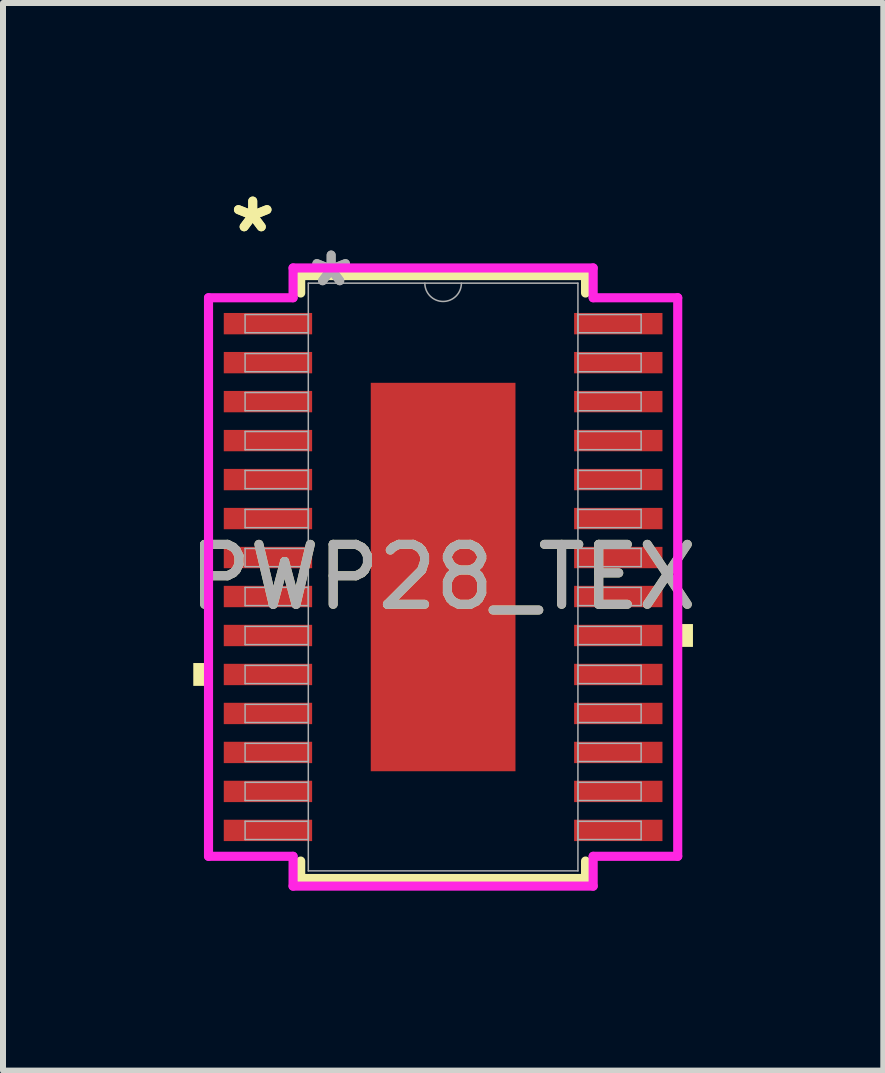
<source format=kicad_pcb>
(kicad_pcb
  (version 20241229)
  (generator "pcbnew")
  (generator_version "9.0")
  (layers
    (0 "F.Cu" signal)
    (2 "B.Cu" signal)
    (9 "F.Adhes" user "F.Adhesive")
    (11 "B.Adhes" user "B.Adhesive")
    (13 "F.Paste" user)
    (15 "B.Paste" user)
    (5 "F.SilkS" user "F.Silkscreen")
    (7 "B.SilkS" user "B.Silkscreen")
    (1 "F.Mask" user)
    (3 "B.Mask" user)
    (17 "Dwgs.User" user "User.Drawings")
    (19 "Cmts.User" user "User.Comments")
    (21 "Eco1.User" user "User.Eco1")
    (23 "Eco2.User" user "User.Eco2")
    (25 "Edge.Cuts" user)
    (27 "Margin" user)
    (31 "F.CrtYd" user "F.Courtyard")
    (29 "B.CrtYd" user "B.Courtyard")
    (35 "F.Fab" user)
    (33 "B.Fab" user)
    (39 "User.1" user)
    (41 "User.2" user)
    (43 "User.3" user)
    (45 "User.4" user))
  (footprint "PWP28_TEX"
    (layer "F.Cu")
    (at 4.339 6.572)
    (property "Reference" "PWP28_TEX" (at 0 0 0) (unlocked yes) (layer "F.SilkS") (effects (font (size 1 1) (thickness 0.15))))
    (attr smd)
    (fp_line (start -2.375 -5.027) (end -2.375 -4.736) (stroke (width 0.152) (type solid)) (layer "F.SilkS"))
    (fp_line (start -2.375 4.736) (end -2.375 5.027) (stroke (width 0.152) (type solid)) (layer "F.SilkS"))
    (fp_line (start -2.375 5.027) (end 2.375 5.027) (stroke (width 0.152) (type solid)) (layer "F.SilkS"))
    (fp_line (start 2.375 -5.027) (end -2.375 -5.027) (stroke (width 0.152) (type solid)) (layer "F.SilkS"))
    (fp_line (start 2.375 -4.736) (end 2.375 -5.027) (stroke (width 0.152) (type solid)) (layer "F.SilkS"))
    (fp_line (start 2.375 5.027) (end 2.375 4.736) (stroke (width 0.152) (type solid)) (layer "F.SilkS"))
    (fp_poly (pts (xy -4.166 1.434) (xy -4.166 1.815) (xy -3.912 1.815) (xy -3.912 1.434)) (stroke (width 0) (type solid)) (fill yes) (layer "F.SilkS"))
    (fp_poly (pts (xy 4.166 0.784) (xy 4.166 1.165) (xy 3.912 1.165) (xy 3.912 0.784)) (stroke (width 0) (type solid)) (fill yes) (layer "F.SilkS"))
    (fp_poly (pts (xy -1.107 -3.139) (xy -1.107 -2.043) (xy 1.107 -2.043) (xy 1.107 -3.139)) (stroke (width 0) (type solid)) (fill yes) (layer "F.Paste"))
    (fp_poly (pts (xy -1.107 -1.843) (xy -1.107 -0.748) (xy 1.107 -0.748) (xy 1.107 -1.843)) (stroke (width 0) (type solid)) (fill yes) (layer "F.Paste"))
    (fp_poly (pts (xy -1.107 -0.548) (xy -1.107 0.548) (xy 1.107 0.548) (xy 1.107 -0.548)) (stroke (width 0) (type solid)) (fill yes) (layer "F.Paste"))
    (fp_poly (pts (xy -1.107 0.748) (xy -1.107 1.843) (xy 1.107 1.843) (xy 1.107 0.748)) (stroke (width 0) (type solid)) (fill yes) (layer "F.Paste"))
    (fp_poly (pts (xy -1.107 2.043) (xy -1.107 3.139) (xy 1.107 3.139) (xy 1.107 2.043)) (stroke (width 0) (type solid)) (fill yes) (layer "F.Paste"))
    (fp_line (start -3.912 -4.657) (end -2.502 -4.657) (stroke (width 0.152) (type solid)) (layer "F.CrtYd"))
    (fp_line (start -3.912 4.657) (end -3.912 -4.657) (stroke (width 0.152) (type solid)) (layer "F.CrtYd"))
    (fp_line (start -3.912 4.657) (end -2.502 4.657) (stroke (width 0.152) (type solid)) (layer "F.CrtYd"))
    (fp_line (start -2.502 -5.154) (end 2.502 -5.154) (stroke (width 0.152) (type solid)) (layer "F.CrtYd"))
    (fp_line (start -2.502 -4.657) (end -2.502 -5.154) (stroke (width 0.152) (type solid)) (layer "F.CrtYd"))
    (fp_line (start -2.502 5.154) (end -2.502 4.657) (stroke (width 0.152) (type solid)) (layer "F.CrtYd"))
    (fp_line (start 2.502 -5.154) (end 2.502 -4.657) (stroke (width 0.152) (type solid)) (layer "F.CrtYd"))
    (fp_line (start 2.502 4.657) (end 2.502 5.154) (stroke (width 0.152) (type solid)) (layer "F.CrtYd"))
    (fp_line (start 2.502 5.154) (end -2.502 5.154) (stroke (width 0.152) (type solid)) (layer "F.CrtYd"))
    (fp_line (start 3.912 -4.657) (end 2.502 -4.657) (stroke (width 0.152) (type solid)) (layer "F.CrtYd"))
    (fp_line (start 3.912 -4.657) (end 3.912 4.657) (stroke (width 0.152) (type solid)) (layer "F.CrtYd"))
    (fp_line (start 3.912 4.657) (end 2.502 4.657) (stroke (width 0.152) (type solid)) (layer "F.CrtYd"))
    (fp_line (start -3.302 -4.377) (end -3.302 -4.073) (stroke (width 0.025) (type solid)) (layer "F.Fab"))
    (fp_line (start -3.302 -4.073) (end -2.248 -4.073) (stroke (width 0.025) (type solid)) (layer "F.Fab"))
    (fp_line (start -3.302 -3.727) (end -3.302 -3.423) (stroke (width 0.025) (type solid)) (layer "F.Fab"))
    (fp_line (start -3.302 -3.423) (end -2.248 -3.423) (stroke (width 0.025) (type solid)) (layer "F.Fab"))
    (fp_line (start -3.302 -3.077) (end -3.302 -2.773) (stroke (width 0.025) (type solid)) (layer "F.Fab"))
    (fp_line (start -3.302 -2.773) (end -2.248 -2.773) (stroke (width 0.025) (type solid)) (layer "F.Fab"))
    (fp_line (start -3.302 -2.427) (end -3.302 -2.123) (stroke (width 0.025) (type solid)) (layer "F.Fab"))
    (fp_line (start -3.302 -2.123) (end -2.248 -2.123) (stroke (width 0.025) (type solid)) (layer "F.Fab"))
    (fp_line (start -3.302 -1.777) (end -3.302 -1.473) (stroke (width 0.025) (type solid)) (layer "F.Fab"))
    (fp_line (start -3.302 -1.473) (end -2.248 -1.473) (stroke (width 0.025) (type solid)) (layer "F.Fab"))
    (fp_line (start -3.302 -1.127) (end -3.302 -0.823) (stroke (width 0.025) (type solid)) (layer "F.Fab"))
    (fp_line (start -3.302 -0.823) (end -2.248 -0.823) (stroke (width 0.025) (type solid)) (layer "F.Fab"))
    (fp_line (start -3.302 -0.477) (end -3.302 -0.173) (stroke (width 0.025) (type solid)) (layer "F.Fab"))
    (fp_line (start -3.302 -0.173) (end -2.248 -0.173) (stroke (width 0.025) (type solid)) (layer "F.Fab"))
    (fp_line (start -3.302 0.173) (end -3.302 0.477) (stroke (width 0.025) (type solid)) (layer "F.Fab"))
    (fp_line (start -3.302 0.477) (end -2.248 0.477) (stroke (width 0.025) (type solid)) (layer "F.Fab"))
    (fp_line (start -3.302 0.823) (end -3.302 1.127) (stroke (width 0.025) (type solid)) (layer "F.Fab"))
    (fp_line (start -3.302 1.127) (end -2.248 1.127) (stroke (width 0.025) (type solid)) (layer "F.Fab"))
    (fp_line (start -3.302 1.473) (end -3.302 1.777) (stroke (width 0.025) (type solid)) (layer "F.Fab"))
    (fp_line (start -3.302 1.777) (end -2.248 1.777) (stroke (width 0.025) (type solid)) (layer "F.Fab"))
    (fp_line (start -3.302 2.123) (end -3.302 2.427) (stroke (width 0.025) (type solid)) (layer "F.Fab"))
    (fp_line (start -3.302 2.427) (end -2.248 2.427) (stroke (width 0.025) (type solid)) (layer "F.Fab"))
    (fp_line (start -3.302 2.773) (end -3.302 3.077) (stroke (width 0.025) (type solid)) (layer "F.Fab"))
    (fp_line (start -3.302 3.077) (end -2.248 3.077) (stroke (width 0.025) (type solid)) (layer "F.Fab"))
    (fp_line (start -3.302 3.423) (end -3.302 3.727) (stroke (width 0.025) (type solid)) (layer "F.Fab"))
    (fp_line (start -3.302 3.727) (end -2.248 3.727) (stroke (width 0.025) (type solid)) (layer "F.Fab"))
    (fp_line (start -3.302 4.073) (end -3.302 4.377) (stroke (width 0.025) (type solid)) (layer "F.Fab"))
    (fp_line (start -3.302 4.377) (end -2.248 4.377) (stroke (width 0.025) (type solid)) (layer "F.Fab"))
    (fp_line (start -2.248 -4.9) (end -2.248 4.9) (stroke (width 0.025) (type solid)) (layer "F.Fab"))
    (fp_line (start -2.248 -4.377) (end -3.302 -4.377) (stroke (width 0.025) (type solid)) (layer "F.Fab"))
    (fp_line (start -2.248 -4.073) (end -2.248 -4.377) (stroke (width 0.025) (type solid)) (layer "F.Fab"))
    (fp_line (start -2.248 -3.727) (end -3.302 -3.727) (stroke (width 0.025) (type solid)) (layer "F.Fab"))
    (fp_line (start -2.248 -3.423) (end -2.248 -3.727) (stroke (width 0.025) (type solid)) (layer "F.Fab"))
    (fp_line (start -2.248 -3.077) (end -3.302 -3.077) (stroke (width 0.025) (type solid)) (layer "F.Fab"))
    (fp_line (start -2.248 -2.773) (end -2.248 -3.077) (stroke (width 0.025) (type solid)) (layer "F.Fab"))
    (fp_line (start -2.248 -2.427) (end -3.302 -2.427) (stroke (width 0.025) (type solid)) (layer "F.Fab"))
    (fp_line (start -2.248 -2.123) (end -2.248 -2.427) (stroke (width 0.025) (type solid)) (layer "F.Fab"))
    (fp_line (start -2.248 -1.777) (end -3.302 -1.777) (stroke (width 0.025) (type solid)) (layer "F.Fab"))
    (fp_line (start -2.248 -1.473) (end -2.248 -1.777) (stroke (width 0.025) (type solid)) (layer "F.Fab"))
    (fp_line (start -2.248 -1.127) (end -3.302 -1.127) (stroke (width 0.025) (type solid)) (layer "F.Fab"))
    (fp_line (start -2.248 -0.823) (end -2.248 -1.127) (stroke (width 0.025) (type solid)) (layer "F.Fab"))
    (fp_line (start -2.248 -0.477) (end -3.302 -0.477) (stroke (width 0.025) (type solid)) (layer "F.Fab"))
    (fp_line (start -2.248 -0.173) (end -2.248 -0.477) (stroke (width 0.025) (type solid)) (layer "F.Fab"))
    (fp_line (start -2.248 0.173) (end -3.302 0.173) (stroke (width 0.025) (type solid)) (layer "F.Fab"))
    (fp_line (start -2.248 0.477) (end -2.248 0.173) (stroke (width 0.025) (type solid)) (layer "F.Fab"))
    (fp_line (start -2.248 0.823) (end -3.302 0.823) (stroke (width 0.025) (type solid)) (layer "F.Fab"))
    (fp_line (start -2.248 1.127) (end -2.248 0.823) (stroke (width 0.025) (type solid)) (layer "F.Fab"))
    (fp_line (start -2.248 1.473) (end -3.302 1.473) (stroke (width 0.025) (type solid)) (layer "F.Fab"))
    (fp_line (start -2.248 1.777) (end -2.248 1.473) (stroke (width 0.025) (type solid)) (layer "F.Fab"))
    (fp_line (start -2.248 2.123) (end -3.302 2.123) (stroke (width 0.025) (type solid)) (layer "F.Fab"))
    (fp_line (start -2.248 2.427) (end -2.248 2.123) (stroke (width 0.025) (type solid)) (layer "F.Fab"))
    (fp_line (start -2.248 2.773) (end -3.302 2.773) (stroke (width 0.025) (type solid)) (layer "F.Fab"))
    (fp_line (start -2.248 3.077) (end -2.248 2.773) (stroke (width 0.025) (type solid)) (layer "F.Fab"))
    (fp_line (start -2.248 3.423) (end -3.302 3.423) (stroke (width 0.025) (type solid)) (layer "F.Fab"))
    (fp_line (start -2.248 3.727) (end -2.248 3.423) (stroke (width 0.025) (type solid)) (layer "F.Fab"))
    (fp_line (start -2.248 4.073) (end -3.302 4.073) (stroke (width 0.025) (type solid)) (layer "F.Fab"))
    (fp_line (start -2.248 4.377) (end -2.248 4.073) (stroke (width 0.025) (type solid)) (layer "F.Fab"))
    (fp_line (start -2.248 4.9) (end 2.248 4.9) (stroke (width 0.025) (type solid)) (layer "F.Fab"))
    (fp_line (start 2.248 -4.9) (end -2.248 -4.9) (stroke (width 0.025) (type solid)) (layer "F.Fab"))
    (fp_line (start 2.248 -4.377) (end 2.248 -4.073) (stroke (width 0.025) (type solid)) (layer "F.Fab"))
    (fp_line (start 2.248 -4.073) (end 3.302 -4.073) (stroke (width 0.025) (type solid)) (layer "F.Fab"))
    (fp_line (start 2.248 -3.727) (end 2.248 -3.423) (stroke (width 0.025) (type solid)) (layer "F.Fab"))
    (fp_line (start 2.248 -3.423) (end 3.302 -3.423) (stroke (width 0.025) (type solid)) (layer "F.Fab"))
    (fp_line (start 2.248 -3.077) (end 2.248 -2.773) (stroke (width 0.025) (type solid)) (layer "F.Fab"))
    (fp_line (start 2.248 -2.773) (end 3.302 -2.773) (stroke (width 0.025) (type solid)) (layer "F.Fab"))
    (fp_line (start 2.248 -2.427) (end 2.248 -2.123) (stroke (width 0.025) (type solid)) (layer "F.Fab"))
    (fp_line (start 2.248 -2.123) (end 3.302 -2.123) (stroke (width 0.025) (type solid)) (layer "F.Fab"))
    (fp_line (start 2.248 -1.777) (end 2.248 -1.473) (stroke (width 0.025) (type solid)) (layer "F.Fab"))
    (fp_line (start 2.248 -1.473) (end 3.302 -1.473) (stroke (width 0.025) (type solid)) (layer "F.Fab"))
    (fp_line (start 2.248 -1.127) (end 2.248 -0.823) (stroke (width 0.025) (type solid)) (layer "F.Fab"))
    (fp_line (start 2.248 -0.823) (end 3.302 -0.823) (stroke (width 0.025) (type solid)) (layer "F.Fab"))
    (fp_line (start 2.248 -0.477) (end 2.248 -0.173) (stroke (width 0.025) (type solid)) (layer "F.Fab"))
    (fp_line (start 2.248 -0.173) (end 3.302 -0.173) (stroke (width 0.025) (type solid)) (layer "F.Fab"))
    (fp_line (start 2.248 0.173) (end 2.248 0.477) (stroke (width 0.025) (type solid)) (layer "F.Fab"))
    (fp_line (start 2.248 0.477) (end 3.302 0.477) (stroke (width 0.025) (type solid)) (layer "F.Fab"))
    (fp_line (start 2.248 0.823) (end 2.248 1.127) (stroke (width 0.025) (type solid)) (layer "F.Fab"))
    (fp_line (start 2.248 1.127) (end 3.302 1.127) (stroke (width 0.025) (type solid)) (layer "F.Fab"))
    (fp_line (start 2.248 1.473) (end 2.248 1.777) (stroke (width 0.025) (type solid)) (layer "F.Fab"))
    (fp_line (start 2.248 1.777) (end 3.302 1.777) (stroke (width 0.025) (type solid)) (layer "F.Fab"))
    (fp_line (start 2.248 2.123) (end 2.248 2.427) (stroke (width 0.025) (type solid)) (layer "F.Fab"))
    (fp_line (start 2.248 2.427) (end 3.302 2.427) (stroke (width 0.025) (type solid)) (layer "F.Fab"))
    (fp_line (start 2.248 2.773) (end 2.248 3.077) (stroke (width 0.025) (type solid)) (layer "F.Fab"))
    (fp_line (start 2.248 3.077) (end 3.302 3.077) (stroke (width 0.025) (type solid)) (layer "F.Fab"))
    (fp_line (start 2.248 3.423) (end 2.248 3.727) (stroke (width 0.025) (type solid)) (layer "F.Fab"))
    (fp_line (start 2.248 3.727) (end 3.302 3.727) (stroke (width 0.025) (type solid)) (layer "F.Fab"))
    (fp_line (start 2.248 4.073) (end 2.248 4.377) (stroke (width 0.025) (type solid)) (layer "F.Fab"))
    (fp_line (start 2.248 4.377) (end 3.302 4.377) (stroke (width 0.025) (type solid)) (layer "F.Fab"))
    (fp_line (start 2.248 4.9) (end 2.248 -4.9) (stroke (width 0.025) (type solid)) (layer "F.Fab"))
    (fp_line (start 3.302 -4.377) (end 2.248 -4.377) (stroke (width 0.025) (type solid)) (layer "F.Fab"))
    (fp_line (start 3.302 -4.073) (end 3.302 -4.377) (stroke (width 0.025) (type solid)) (layer "F.Fab"))
    (fp_line (start 3.302 -3.727) (end 2.248 -3.727) (stroke (width 0.025) (type solid)) (layer "F.Fab"))
    (fp_line (start 3.302 -3.423) (end 3.302 -3.727) (stroke (width 0.025) (type solid)) (layer "F.Fab"))
    (fp_line (start 3.302 -3.077) (end 2.248 -3.077) (stroke (width 0.025) (type solid)) (layer "F.Fab"))
    (fp_line (start 3.302 -2.773) (end 3.302 -3.077) (stroke (width 0.025) (type solid)) (layer "F.Fab"))
    (fp_line (start 3.302 -2.427) (end 2.248 -2.427) (stroke (width 0.025) (type solid)) (layer "F.Fab"))
    (fp_line (start 3.302 -2.123) (end 3.302 -2.427) (stroke (width 0.025) (type solid)) (layer "F.Fab"))
    (fp_line (start 3.302 -1.777) (end 2.248 -1.777) (stroke (width 0.025) (type solid)) (layer "F.Fab"))
    (fp_line (start 3.302 -1.473) (end 3.302 -1.777) (stroke (width 0.025) (type solid)) (layer "F.Fab"))
    (fp_line (start 3.302 -1.127) (end 2.248 -1.127) (stroke (width 0.025) (type solid)) (layer "F.Fab"))
    (fp_line (start 3.302 -0.823) (end 3.302 -1.127) (stroke (width 0.025) (type solid)) (layer "F.Fab"))
    (fp_line (start 3.302 -0.477) (end 2.248 -0.477) (stroke (width 0.025) (type solid)) (layer "F.Fab"))
    (fp_line (start 3.302 -0.173) (end 3.302 -0.477) (stroke (width 0.025) (type solid)) (layer "F.Fab"))
    (fp_line (start 3.302 0.173) (end 2.248 0.173) (stroke (width 0.025) (type solid)) (layer "F.Fab"))
    (fp_line (start 3.302 0.477) (end 3.302 0.173) (stroke (width 0.025) (type solid)) (layer "F.Fab"))
    (fp_line (start 3.302 0.823) (end 2.248 0.823) (stroke (width 0.025) (type solid)) (layer "F.Fab"))
    (fp_line (start 3.302 1.127) (end 3.302 0.823) (stroke (width 0.025) (type solid)) (layer "F.Fab"))
    (fp_line (start 3.302 1.473) (end 2.248 1.473) (stroke (width 0.025) (type solid)) (layer "F.Fab"))
    (fp_line (start 3.302 1.777) (end 3.302 1.473) (stroke (width 0.025) (type solid)) (layer "F.Fab"))
    (fp_line (start 3.302 2.123) (end 2.248 2.123) (stroke (width 0.025) (type solid)) (layer "F.Fab"))
    (fp_line (start 3.302 2.427) (end 3.302 2.123) (stroke (width 0.025) (type solid)) (layer "F.Fab"))
    (fp_line (start 3.302 2.773) (end 2.248 2.773) (stroke (width 0.025) (type solid)) (layer "F.Fab"))
    (fp_line (start 3.302 3.077) (end 3.302 2.773) (stroke (width 0.025) (type solid)) (layer "F.Fab"))
    (fp_line (start 3.302 3.423) (end 2.248 3.423) (stroke (width 0.025) (type solid)) (layer "F.Fab"))
    (fp_line (start 3.302 3.727) (end 3.302 3.423) (stroke (width 0.025) (type solid)) (layer "F.Fab"))
    (fp_line (start 3.302 4.073) (end 2.248 4.073) (stroke (width 0.025) (type solid)) (layer "F.Fab"))
    (fp_line (start 3.302 4.377) (end 3.302 4.073) (stroke (width 0.025) (type solid)) (layer "F.Fab"))
    (fp_arc (start 0.3048 -4.900001) (mid 0 -4.595201) (end -0.3048 -4.900001) (stroke (width 0.0254) (type solid)) (layer "F.Fab"))
    (fp_text user "*" (at -3.175 -5.724 0) (unlocked yes) (layer "F.SilkS") (effects (font (size 1 1) (thickness 0.15))))
    (fp_text user "*" (at -3.175 -5.724 0) (layer "F.SilkS") (effects (font (size 1 1) (thickness 0.15))))
    (fp_text user "*" (at -1.867 -4.824 0) (layer "F.Fab") (effects (font (size 1 1) (thickness 0.15))))
    (fp_text user "*" (at -1.867 -4.824 0) (unlocked yes) (layer "F.Fab") (effects (font (size 1 1) (thickness 0.15))))
    (fp_text user "${REFERENCE}" (at 0 0 0) (unlocked yes) (layer "F.Fab") (effects (font (size 1 1) (thickness 0.15))))
    (pad "1" smd rect (at -2.921 -4.225) (size 1.473 0.356) (layers "F.Cu" "F.Mask" "F.Paste"))
    (pad "2" smd rect (at -2.921 -3.575) (size 1.473 0.356) (layers "F.Cu" "F.Mask" "F.Paste"))
    (pad "3" smd rect (at -2.921 -2.925) (size 1.473 0.356) (layers "F.Cu" "F.Mask" "F.Paste"))
    (pad "4" smd rect (at -2.921 -2.275) (size 1.473 0.356) (layers "F.Cu" "F.Mask" "F.Paste"))
    (pad "5" smd rect (at -2.921 -1.625) (size 1.473 0.356) (layers "F.Cu" "F.Mask" "F.Paste"))
    (pad "6" smd rect (at -2.921 -0.975) (size 1.473 0.356) (layers "F.Cu" "F.Mask" "F.Paste"))
    (pad "7" smd rect (at -2.921 -0.325) (size 1.473 0.356) (layers "F.Cu" "F.Mask" "F.Paste"))
    (pad "8" smd rect (at -2.921 0.325) (size 1.473 0.356) (layers "F.Cu" "F.Mask" "F.Paste"))
    (pad "9" smd rect (at -2.921 0.975) (size 1.473 0.356) (layers "F.Cu" "F.Mask" "F.Paste"))
    (pad "10" smd rect (at -2.921 1.625) (size 1.473 0.356) (layers "F.Cu" "F.Mask" "F.Paste"))
    (pad "11" smd rect (at -2.921 2.275) (size 1.473 0.356) (layers "F.Cu" "F.Mask" "F.Paste"))
    (pad "12" smd rect (at -2.921 2.925) (size 1.473 0.356) (layers "F.Cu" "F.Mask" "F.Paste"))
    (pad "13" smd rect (at -2.921 3.575) (size 1.473 0.356) (layers "F.Cu" "F.Mask" "F.Paste"))
    (pad "14" smd rect (at -2.921 4.225) (size 1.473 0.356) (layers "F.Cu" "F.Mask" "F.Paste"))
    (pad "15" smd rect (at 2.921 4.225) (size 1.473 0.356) (layers "F.Cu" "F.Mask" "F.Paste"))
    (pad "16" smd rect (at 2.921 3.575) (size 1.473 0.356) (layers "F.Cu" "F.Mask" "F.Paste"))
    (pad "17" smd rect (at 2.921 2.925) (size 1.473 0.356) (layers "F.Cu" "F.Mask" "F.Paste"))
    (pad "18" smd rect (at 2.921 2.275) (size 1.473 0.356) (layers "F.Cu" "F.Mask" "F.Paste"))
    (pad "19" smd rect (at 2.921 1.625) (size 1.473 0.356) (layers "F.Cu" "F.Mask" "F.Paste"))
    (pad "20" smd rect (at 2.921 0.975) (size 1.473 0.356) (layers "F.Cu" "F.Mask" "F.Paste"))
    (pad "21" smd rect (at 2.921 0.325) (size 1.473 0.356) (layers "F.Cu" "F.Mask" "F.Paste"))
    (pad "22" smd rect (at 2.921 -0.325) (size 1.473 0.356) (layers "F.Cu" "F.Mask" "F.Paste"))
    (pad "23" smd rect (at 2.921 -0.975) (size 1.473 0.356) (layers "F.Cu" "F.Mask" "F.Paste"))
    (pad "24" smd rect (at 2.921 -1.625) (size 1.473 0.356) (layers "F.Cu" "F.Mask" "F.Paste"))
    (pad "25" smd rect (at 2.921 -2.275) (size 1.473 0.356) (layers "F.Cu" "F.Mask" "F.Paste"))
    (pad "26" smd rect (at 2.921 -2.925) (size 1.473 0.356) (layers "F.Cu" "F.Mask" "F.Paste"))
    (pad "27" smd rect (at 2.921 -3.575) (size 1.473 0.356) (layers "F.Cu" "F.Mask" "F.Paste"))
    (pad "28" smd rect (at 2.921 -4.225) (size 1.473 0.356) (layers "F.Cu" "F.Mask" "F.Paste"))
    (pad "EPAD" smd rect (at 0 0) (size 2.413 6.477) (layers "F.Cu" "F.Mask")))
  (gr_rect
    (start -3 -3)
    (end 11.679 14.802)
    (stroke (width 0.1) (type default))
    (fill no)
    (layer "Edge.Cuts")))
</source>
